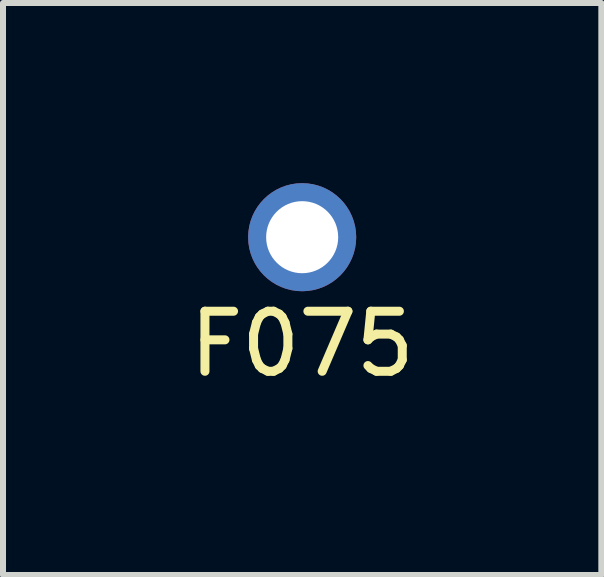
<source format=kicad_pcb>
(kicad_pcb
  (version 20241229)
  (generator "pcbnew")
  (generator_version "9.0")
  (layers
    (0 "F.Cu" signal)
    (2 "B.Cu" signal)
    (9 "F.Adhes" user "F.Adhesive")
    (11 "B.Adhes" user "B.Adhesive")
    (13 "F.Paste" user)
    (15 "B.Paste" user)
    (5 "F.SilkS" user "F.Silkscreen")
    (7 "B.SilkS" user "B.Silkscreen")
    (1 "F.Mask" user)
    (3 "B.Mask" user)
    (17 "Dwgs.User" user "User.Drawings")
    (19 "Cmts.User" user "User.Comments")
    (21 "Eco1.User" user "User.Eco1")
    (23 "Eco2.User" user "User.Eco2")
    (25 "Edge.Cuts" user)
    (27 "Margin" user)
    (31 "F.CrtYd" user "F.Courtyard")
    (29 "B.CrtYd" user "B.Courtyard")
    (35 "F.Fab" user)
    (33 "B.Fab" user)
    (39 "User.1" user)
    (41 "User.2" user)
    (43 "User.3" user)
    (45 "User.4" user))
  (footprint "F075"
    (layer "F.Cu")
    (at 1.982 0.9)
    (property "Reference" "F075" (at 0 1.778 0) (layer "F.SilkS") (effects (font (size 1 1) (thickness 0.15))))
    (attr through_hole)
    (fp_circle (center 0 0) (end 0.501 0) (stroke (width 0.1) (type solid)) (fill no) (layer "Dwgs.User"))
    (pad "1" thru_hole circle (at 0 0) (size 1.8 1.8) (drill 1.2) (layers "*.Cu" "*.Mask")))
  (gr_rect
    (start -3 -3)
    (end 6.964 6.526)
    (stroke (width 0.1) (type default))
    (fill no)
    (layer "Edge.Cuts")))
</source>
